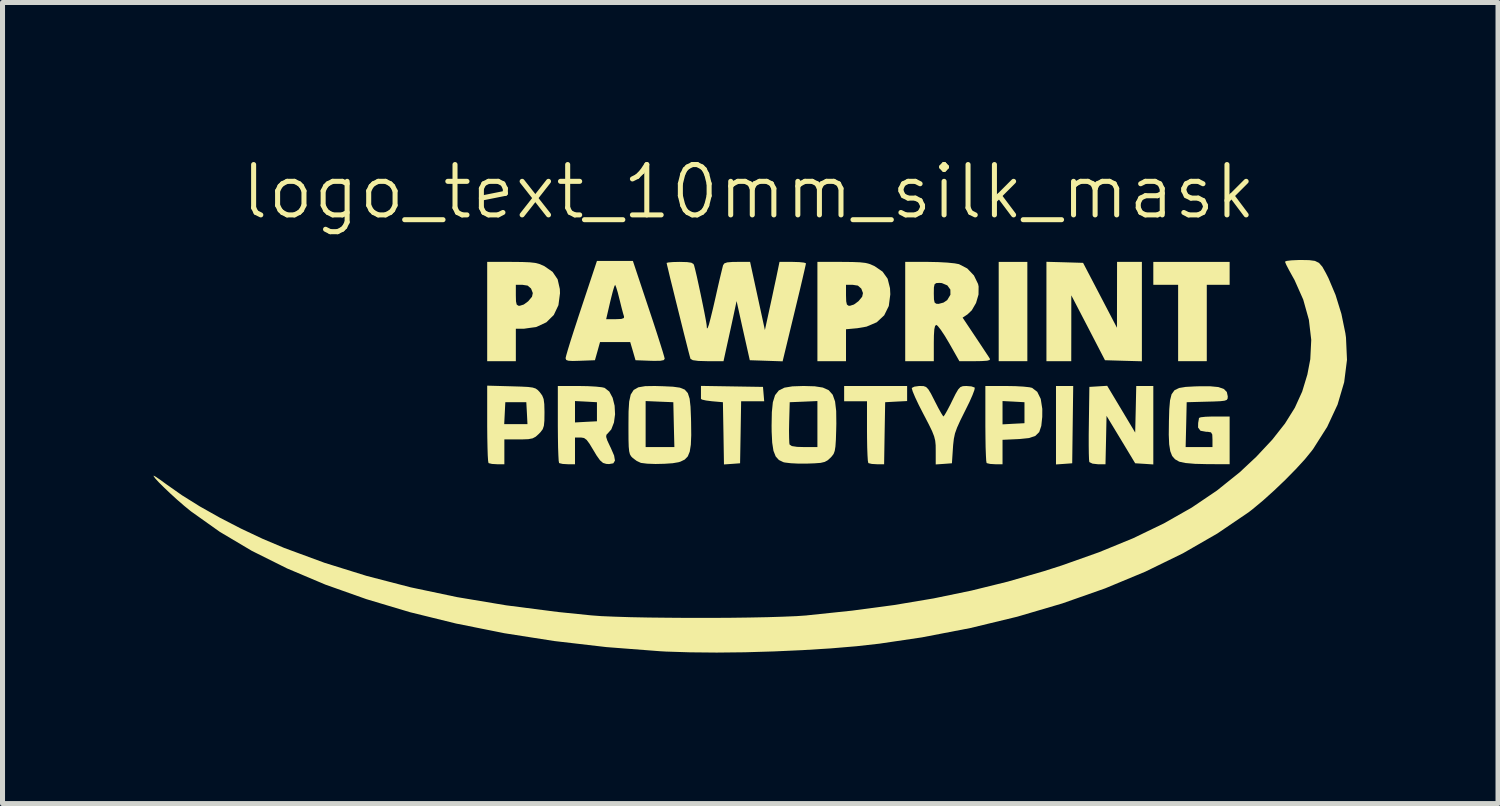
<source format=kicad_pcb>
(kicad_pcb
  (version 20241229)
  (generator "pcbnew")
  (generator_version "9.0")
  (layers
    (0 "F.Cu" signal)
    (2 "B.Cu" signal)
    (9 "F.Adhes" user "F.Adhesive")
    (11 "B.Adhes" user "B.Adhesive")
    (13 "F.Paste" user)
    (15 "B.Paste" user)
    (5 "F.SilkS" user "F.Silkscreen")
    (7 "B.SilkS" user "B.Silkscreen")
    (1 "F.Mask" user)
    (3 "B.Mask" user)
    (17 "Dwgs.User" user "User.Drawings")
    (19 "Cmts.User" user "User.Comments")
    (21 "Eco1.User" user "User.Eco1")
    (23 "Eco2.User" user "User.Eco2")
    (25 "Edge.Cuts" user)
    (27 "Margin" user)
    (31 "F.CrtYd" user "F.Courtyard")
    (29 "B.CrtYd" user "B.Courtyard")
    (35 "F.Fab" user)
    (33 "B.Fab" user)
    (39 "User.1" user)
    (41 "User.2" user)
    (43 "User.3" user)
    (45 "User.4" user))
  (footprint "logo_text_10mm_silk_mask"
    (layer "F.Cu")
    (at 11.821 5.261)
    (property "Reference" "logo_text_10mm_silk_mask" (at 0 -4.5 0) (unlocked yes) (layer "F.SilkS") (effects (font (size 1 1) (thickness 0.1))))
    (attr smd)
    (fp_poly (pts (xy -10.307 -2.031) (xy -10.265 -1.947) (xy -10.219 -1.834) (xy -10.16 -1.692) (xy -10.095 -1.563) (xy -10.05 -1.493) (xy -9.964 -1.384) (xy -10.09 -1.334) (xy -10.189 -1.284) (xy -10.258 -1.23) (xy -10.261 -1.226) (xy -10.298 -1.195) (xy -10.335 -1.218) (xy -10.371 -1.268) (xy -10.418 -1.377) (xy -10.445 -1.519) (xy -10.454 -1.674) (xy -10.445 -1.825) (xy -10.419 -1.952) (xy -10.377 -2.037) (xy -10.336 -2.062)) (stroke (width 0) (type solid)) (fill yes) (layer "F.Mask"))
    (fp_poly (pts (xy -7.267 -3.269) (xy -7.162 -3.216) (xy -7.11 -3.179) (xy -7.022 -3.096) (xy -6.93 -2.989) (xy -6.85 -2.878) (xy -6.798 -2.785) (xy -6.786 -2.743) (xy -6.815 -2.696) (xy -6.835 -2.692) (xy -6.898 -2.675) (xy -6.994 -2.635) (xy -7.024 -2.62) (xy -7.163 -2.549) (xy -7.188 -2.687) (xy -7.219 -2.796) (xy -7.274 -2.936) (xy -7.324 -3.046) (xy -7.378 -3.162) (xy -7.411 -3.249) (xy -7.416 -3.288) (xy -7.36 -3.296)) (stroke (width 0) (type solid)) (fill yes) (layer "F.Mask"))
    (fp_poly (pts (xy -9.916 -3.91) (xy -9.874 -3.826) (xy -9.859 -3.782) (xy -9.81 -3.646) (xy -9.743 -3.498) (xy -9.719 -3.451) (xy -9.666 -3.349) (xy -9.648 -3.292) (xy -9.664 -3.255) (xy -9.691 -3.233) (xy -9.761 -3.193) (xy -9.795 -3.184) (xy -9.849 -3.161) (xy -9.898 -3.124) (xy -9.951 -3.087) (xy -9.986 -3.109) (xy -10.009 -3.149) (xy -10.049 -3.262) (xy -10.071 -3.405) (xy -10.075 -3.561) (xy -10.063 -3.71) (xy -10.037 -3.835) (xy -9.997 -3.918) (xy -9.955 -3.943)) (stroke (width 0) (type solid)) (fill yes) (layer "F.Mask"))
    (fp_poly (pts (xy -8.882 -4.302) (xy -8.743 -4.232) (xy -8.633 -4.141) (xy -8.529 -4.009) (xy -8.486 -3.945) (xy -8.414 -3.826) (xy -8.384 -3.756) (xy -8.395 -3.723) (xy -8.444 -3.715) (xy -8.445 -3.715) (xy -8.524 -3.698) (xy -8.619 -3.658) (xy -8.7 -3.617) (xy -8.737 -3.605) (xy -8.759 -3.616) (xy -8.77 -3.627) (xy -8.79 -3.681) (xy -8.795 -3.737) (xy -8.812 -3.814) (xy -8.857 -3.93) (xy -8.909 -4.037) (xy -8.985 -4.189) (xy -9.019 -4.284) (xy -9.012 -4.328) (xy -8.963 -4.33)) (stroke (width 0) (type solid)) (fill yes) (layer "F.Mask"))
    (fp_poly (pts (xy -6.713 -2.511) (xy -6.585 -2.448) (xy -6.457 -2.365) (xy -6.266 -2.203) (xy -6.111 -2.01) (xy -5.995 -1.795) (xy -5.919 -1.572) (xy -5.885 -1.35) (xy -5.895 -1.142) (xy -5.951 -0.957) (xy -6.056 -0.808) (xy -6.175 -0.723) (xy -6.307 -0.666) (xy -6.417 -0.652) (xy -6.546 -0.676) (xy -6.572 -0.683) (xy -6.738 -0.772) (xy -6.868 -0.926) (xy -6.889 -0.964) (xy -6.939 -1.076) (xy -7 -1.236) (xy -7.064 -1.418) (xy -7.123 -1.598) (xy -7.167 -1.75) (xy -7.184 -1.823) (xy -7.185 -2.021) (xy -7.126 -2.22) (xy -7.014 -2.394) (xy -6.991 -2.419) (xy -6.9 -2.495) (xy -6.813 -2.526)) (stroke (width 0) (type solid)) (fill yes) (layer "F.Mask"))
    (fp_poly (pts (xy -8.157 -3.452) (xy -7.982 -3.351) (xy -7.808 -3.206) (xy -7.645 -3.021) (xy -7.498 -2.804) (xy -7.376 -2.561) (xy -7.301 -2.353) (xy -7.251 -2.085) (xy -7.261 -1.842) (xy -7.33 -1.634) (xy -7.455 -1.466) (xy -7.634 -1.347) (xy -7.647 -1.341) (xy -7.766 -1.299) (xy -7.853 -1.297) (xy -7.942 -1.333) (xy -7.942 -1.333) (xy -8.102 -1.453) (xy -8.256 -1.628) (xy -8.385 -1.835) (xy -8.385 -1.836) (xy -8.472 -2.035) (xy -8.547 -2.26) (xy -8.607 -2.497) (xy -8.651 -2.734) (xy -8.678 -2.957) (xy -8.684 -3.152) (xy -8.668 -3.306) (xy -8.628 -3.406) (xy -8.615 -3.421) (xy -8.481 -3.493) (xy -8.326 -3.501)) (stroke (width 0) (type solid)) (fill yes) (layer "F.Mask"))
    (fp_poly (pts (xy -9.457 -3.007) (xy -9.329 -2.916) (xy -9.179 -2.762) (xy -9.062 -2.622) (xy -8.951 -2.468) (xy -8.833 -2.28) (xy -8.733 -2.097) (xy -8.721 -2.073) (xy -8.589 -1.763) (xy -8.514 -1.502) (xy -8.497 -1.285) (xy -8.536 -1.112) (xy -8.634 -0.979) (xy -8.785 -0.886) (xy -8.959 -0.839) (xy -9.13 -0.855) (xy -9.278 -0.913) (xy -9.451 -1.028) (xy -9.605 -1.193) (xy -9.748 -1.42) (xy -9.811 -1.547) (xy -9.877 -1.694) (xy -9.919 -1.818) (xy -9.944 -1.95) (xy -9.958 -2.117) (xy -9.962 -2.197) (xy -9.967 -2.438) (xy -9.95 -2.62) (xy -9.91 -2.76) (xy -9.842 -2.872) (xy -9.782 -2.937) (xy -9.677 -3.014) (xy -9.571 -3.039)) (stroke (width 0) (type solid)) (fill yes) (layer "F.Mask"))
    (fp_poly (pts (xy -9.848 -1.165) (xy -9.742 -1.131) (xy -9.621 -1.061) (xy -9.53 -0.995) (xy -9.453 -0.924) (xy -9.382 -0.835) (xy -9.307 -0.714) (xy -9.217 -0.547) (xy -9.14 -0.395) (xy -9.036 -0.169) (xy -8.978 0.01) (xy -8.962 0.157) (xy -8.986 0.283) (xy -9.011 0.34) (xy -9.132 0.501) (xy -9.291 0.601) (xy -9.473 0.637) (xy -9.665 0.605) (xy -9.748 0.568) (xy -9.921 0.442) (xy -10.078 0.251) (xy -10.188 0.061) (xy -10.241 -0.059) (xy -10.275 -0.182) (xy -10.294 -0.336) (xy -10.302 -0.474) (xy -10.307 -0.647) (xy -10.302 -0.769) (xy -10.282 -0.862) (xy -10.246 -0.952) (xy -10.229 -0.986) (xy -10.171 -1.088) (xy -10.117 -1.14) (xy -10.039 -1.162) (xy -9.97 -1.167)) (stroke (width 0) (type solid)) (fill yes) (layer "F.Mask"))
    (fp_poly (pts (xy -7.767 -0.887) (xy -7.553 -0.8) (xy -7.514 -0.781) (xy -7.371 -0.719) (xy -7.181 -0.649) (xy -6.971 -0.581) (xy -6.805 -0.534) (xy -6.515 -0.45) (xy -6.288 -0.361) (xy -6.112 -0.262) (xy -5.971 -0.145) (xy -5.903 -0.068) (xy -5.804 0.108) (xy -5.771 0.298) (xy -5.8 0.484) (xy -5.889 0.65) (xy -6.034 0.782) (xy -6.079 0.808) (xy -6.214 0.856) (xy -6.406 0.895) (xy -6.569 0.915) (xy -6.901 0.959) (xy -7.179 1.032) (xy -7.424 1.14) (xy -7.655 1.293) (xy -7.858 1.466) (xy -8.015 1.594) (xy -8.181 1.696) (xy -8.335 1.762) (xy -8.437 1.781) (xy -8.515 1.765) (xy -8.626 1.722) (xy -8.681 1.696) (xy -8.827 1.608) (xy -8.922 1.51) (xy -8.977 1.384) (xy -9.001 1.212) (xy -9.004 1.085) (xy -9.004 0.773) (xy -8.765 0.358) (xy -8.657 0.161) (xy -8.552 -0.051) (xy -8.463 -0.25) (xy -8.412 -0.379) (xy -8.313 -0.618) (xy -8.208 -0.785) (xy -8.087 -0.883) (xy -7.942 -0.915)) (stroke (width 0) (type solid)) (fill yes) (layer "F.Mask"))
    (fp_poly (pts (xy 5.535 -2.123) (xy 5.535 -1.137) (xy 5.251 -1.137) (xy 4.966 -1.137) (xy 4.966 -2.123) (xy 4.966 -3.109) (xy 5.251 -3.109) (xy 5.535 -3.109)) (stroke (width 0) (type solid)) (fill yes) (layer "F.SilkS"))
    (fp_poly (pts (xy 6.436 0.123) (xy 6.426 0.891) (xy 6.265 0.903) (xy 6.104 0.914) (xy 6.104 0.135) (xy 6.104 -0.644) (xy 6.275 -0.644) (xy 6.446 -0.644)) (stroke (width 0) (type solid)) (fill yes) (layer "F.SilkS"))
    (fp_poly (pts (xy 9.553 -2.881) (xy 9.553 -2.654) (xy 9.326 -2.654) (xy 9.099 -2.654) (xy 9.099 -1.896) (xy 9.099 -1.137) (xy 8.814 -1.137) (xy 8.53 -1.137) (xy 8.53 -1.896) (xy 8.53 -2.654) (xy 8.283 -2.654) (xy 8.037 -2.654) (xy 8.037 -2.881) (xy 8.037 -3.109) (xy 8.795 -3.109) (xy 9.553 -3.109)) (stroke (width 0) (type solid)) (fill yes) (layer "F.SilkS"))
    (fp_poly (pts (xy -0.332 -0.636) (xy 0.284 -0.626) (xy 0.296 -0.483) (xy 0.308 -0.341) (xy 0.079 -0.341) (xy -0.15 -0.341) (xy -0.16 0.275) (xy -0.171 0.891) (xy -0.331 0.903) (xy -0.491 0.914) (xy -0.501 0.296) (xy -0.512 -0.322) (xy -0.73 -0.341) (xy -0.848 -0.356) (xy -0.927 -0.374) (xy -0.948 -0.389) (xy -0.948 -0.444) (xy -0.948 -0.532) (xy -0.948 -0.646)) (stroke (width 0) (type solid)) (fill yes) (layer "F.SilkS"))
    (fp_poly (pts (xy 6.278 -3.101) (xy 6.642 -3.09) (xy 6.979 -2.445) (xy 7.315 -1.801) (xy 7.316 -2.455) (xy 7.317 -3.109) (xy 7.563 -3.109) (xy 7.81 -3.109) (xy 7.81 -2.122) (xy 7.81 -1.135) (xy 7.443 -1.145) (xy 7.077 -1.156) (xy 6.743 -1.801) (xy 6.408 -2.445) (xy 6.408 -1.791) (xy 6.407 -1.137) (xy 6.16 -1.137) (xy 5.914 -1.137) (xy 5.914 -2.124) (xy 5.914 -3.111)) (stroke (width 0) (type solid)) (fill yes) (layer "F.SilkS"))
    (fp_poly (pts (xy 3.147 -0.495) (xy 3.147 -0.345) (xy 2.929 -0.334) (xy 2.711 -0.322) (xy 2.7 0.294) (xy 2.69 0.91) (xy 2.545 0.91) (xy 2.446 0.904) (xy 2.382 0.889) (xy 2.376 0.885) (xy 2.367 0.84) (xy 2.36 0.733) (xy 2.354 0.577) (xy 2.351 0.386) (xy 2.35 0.259) (xy 2.35 -0.341) (xy 2.123 -0.341) (xy 1.896 -0.341) (xy 1.896 -0.493) (xy 1.896 -0.644) (xy 2.521 -0.644) (xy 3.147 -0.644)) (stroke (width 0) (type solid)) (fill yes) (layer "F.SilkS"))
    (fp_poly (pts (xy 7.399 -0.184) (xy 7.677 0.281) (xy 7.688 -0.182) (xy 7.698 -0.644) (xy 7.868 -0.644) (xy 8.037 -0.644) (xy 8.037 0.135) (xy 8.037 0.914) (xy 7.857 0.902) (xy 7.677 0.891) (xy 7.393 0.42) (xy 7.108 -0.051) (xy 7.098 0.429) (xy 7.087 0.91) (xy 6.935 0.91) (xy 6.829 0.898) (xy 6.769 0.869) (xy 6.765 0.861) (xy 6.76 0.81) (xy 6.756 0.695) (xy 6.754 0.53) (xy 6.754 0.327) (xy 6.757 0.099) (xy 6.757 0.094) (xy 6.767 -0.626) (xy 6.944 -0.637) (xy 7.121 -0.648)) (stroke (width 0) (type solid)) (fill yes) (layer "F.SilkS"))
    (fp_poly (pts (xy 5.296 -0.641) (xy 5.456 -0.632) (xy 5.577 -0.619) (xy 5.629 -0.607) (xy 5.732 -0.528) (xy 5.801 -0.387) (xy 5.832 -0.189) (xy 5.831 -0.03) (xy 5.812 0.149) (xy 5.771 0.271) (xy 5.694 0.347) (xy 5.569 0.39) (xy 5.384 0.409) (xy 5.345 0.411) (xy 5.042 0.425) (xy 5.042 0.667) (xy 5.042 0.91) (xy 4.897 0.91) (xy 4.797 0.904) (xy 4.732 0.889) (xy 4.726 0.885) (xy 4.718 0.841) (xy 4.712 0.733) (xy 4.706 0.573) (xy 4.703 0.373) (xy 4.701 0.145) (xy 4.701 0.107) (xy 4.701 -0.114) (xy 5.042 -0.114) (xy 5.042 0.118) (xy 5.26 0.106) (xy 5.478 0.095) (xy 5.478 -0.114) (xy 5.478 -0.322) (xy 5.26 -0.334) (xy 5.042 -0.345) (xy 5.042 -0.114) (xy 4.701 -0.114) (xy 4.701 -0.644) (xy 5.115 -0.644)) (stroke (width 0) (type solid)) (fill yes) (layer "F.SilkS"))
    (fp_poly (pts (xy 2.058 -3.107) (xy 2.208 -3.101) (xy 2.317 -3.089) (xy 2.402 -3.067) (xy 2.48 -3.034) (xy 2.503 -3.023) (xy 2.66 -2.915) (xy 2.76 -2.774) (xy 2.807 -2.587) (xy 2.813 -2.465) (xy 2.783 -2.233) (xy 2.692 -2.048) (xy 2.544 -1.91) (xy 2.34 -1.823) (xy 2.16 -1.792) (xy 1.933 -1.771) (xy 1.933 -1.454) (xy 1.933 -1.137) (xy 1.649 -1.137) (xy 1.365 -1.137) (xy 1.365 -2.123) (xy 1.365 -2.445) (xy 1.933 -2.445) (xy 1.937 -2.325) (xy 1.951 -2.262) (xy 1.982 -2.239) (xy 2.011 -2.237) (xy 2.09 -2.262) (xy 2.176 -2.325) (xy 2.182 -2.33) (xy 2.254 -2.417) (xy 2.27 -2.49) (xy 2.236 -2.58) (xy 2.235 -2.58) (xy 2.169 -2.638) (xy 2.065 -2.654) (xy 1.933 -2.654) (xy 1.933 -2.445) (xy 1.365 -2.445) (xy 1.365 -3.109) (xy 1.85 -3.109)) (stroke (width 0) (type solid)) (fill yes) (layer "F.SilkS"))
    (fp_poly (pts (xy -4.5 -3.107) (xy -4.35 -3.101) (xy -4.242 -3.089) (xy -4.157 -3.067) (xy -4.078 -3.034) (xy -4.056 -3.023) (xy -3.895 -2.911) (xy -3.795 -2.763) (xy -3.751 -2.57) (xy -3.748 -2.486) (xy -3.779 -2.249) (xy -3.871 -2.055) (xy -4.019 -1.909) (xy -4.216 -1.817) (xy -4.46 -1.782) (xy -4.479 -1.782) (xy -4.625 -1.782) (xy -4.625 -1.46) (xy -4.625 -1.137) (xy -4.909 -1.137) (xy -5.194 -1.137) (xy -5.194 -2.123) (xy -5.194 -2.445) (xy -4.625 -2.445) (xy -4.622 -2.325) (xy -4.608 -2.262) (xy -4.576 -2.239) (xy -4.548 -2.237) (xy -4.468 -2.262) (xy -4.382 -2.325) (xy -4.377 -2.33) (xy -4.304 -2.417) (xy -4.288 -2.49) (xy -4.323 -2.58) (xy -4.323 -2.58) (xy -4.39 -2.638) (xy -4.494 -2.654) (xy -4.625 -2.654) (xy -4.625 -2.445) (xy -5.194 -2.445) (xy -5.194 -3.109) (xy -4.709 -3.109)) (stroke (width 0) (type solid)) (fill yes) (layer "F.SilkS"))
    (fp_poly (pts (xy -4.716 -0.638) (xy -4.519 -0.632) (xy -4.382 -0.625) (xy -4.291 -0.613) (xy -4.232 -0.594) (xy -4.19 -0.564) (xy -4.149 -0.521) (xy -4.148 -0.519) (xy -4.101 -0.455) (xy -4.073 -0.385) (xy -4.06 -0.285) (xy -4.056 -0.135) (xy -4.056 -0.109) (xy -4.058 0.046) (xy -4.068 0.146) (xy -4.091 0.214) (xy -4.134 0.272) (xy -4.167 0.306) (xy -4.23 0.363) (xy -4.292 0.396) (xy -4.377 0.412) (xy -4.506 0.417) (xy -4.565 0.417) (xy -4.853 0.417) (xy -4.853 0.663) (xy -4.853 0.91) (xy -4.998 0.91) (xy -5.098 0.904) (xy -5.162 0.889) (xy -5.168 0.885) (xy -5.176 0.841) (xy -5.183 0.733) (xy -5.188 0.573) (xy -5.192 0.373) (xy -5.194 0.144) (xy -5.194 0.114) (xy -4.856 0.114) (xy -4.625 0.114) (xy -4.394 0.114) (xy -4.405 -0.104) (xy -4.417 -0.322) (xy -4.625 -0.322) (xy -4.834 -0.322) (xy -4.845 -0.104) (xy -4.856 0.114) (xy -5.194 0.114) (xy -5.194 0.104) (xy -5.194 -0.651)) (stroke (width 0) (type solid)) (fill yes) (layer "F.SilkS"))
    (fp_poly (pts (xy -1.69 -0.639) (xy -1.503 -0.63) (xy -1.366 -0.611) (xy -1.27 -0.572) (xy -1.209 -0.503) (xy -1.173 -0.392) (xy -1.155 -0.23) (xy -1.146 -0.006) (xy -1.144 0.073) (xy -1.141 0.33) (xy -1.149 0.522) (xy -1.171 0.66) (xy -1.21 0.755) (xy -1.27 0.817) (xy -1.354 0.858) (xy -1.393 0.87) (xy -1.51 0.89) (xy -1.673 0.901) (xy -1.851 0.905) (xy -2.016 0.899) (xy -2.137 0.884) (xy -2.142 0.883) (xy -2.225 0.844) (xy -2.303 0.786) (xy -2.336 0.752) (xy -2.359 0.712) (xy -2.374 0.652) (xy -2.383 0.561) (xy -2.387 0.425) (xy -2.388 0.231) (xy -2.388 0.126) (xy -2.388 0.112) (xy -2.047 0.112) (xy -2.047 0.569) (xy -1.762 0.569) (xy -1.476 0.569) (xy -1.487 0.123) (xy -1.497 -0.322) (xy -1.772 -0.333) (xy -2.047 -0.345) (xy -2.047 0.112) (xy -2.388 0.112) (xy -2.386 -0.137) (xy -2.374 -0.334) (xy -2.343 -0.474) (xy -2.285 -0.565) (xy -2.192 -0.618) (xy -2.055 -0.641) (xy -1.865 -0.644)) (stroke (width 0) (type solid)) (fill yes) (layer "F.SilkS"))
    (fp_poly (pts (xy -1.984 -2.18) (xy -1.899 -1.925) (xy -1.823 -1.692) (xy -1.759 -1.491) (xy -1.709 -1.332) (xy -1.678 -1.226) (xy -1.668 -1.184) (xy -1.688 -1.158) (xy -1.755 -1.145) (xy -1.881 -1.143) (xy -1.958 -1.145) (xy -2.248 -1.156) (xy -2.3 -1.336) (xy -2.353 -1.516) (xy -2.653 -1.516) (xy -2.953 -1.516) (xy -3.003 -1.336) (xy -3.054 -1.156) (xy -3.347 -1.145) (xy -3.495 -1.141) (xy -3.582 -1.146) (xy -3.624 -1.161) (xy -3.636 -1.191) (xy -3.636 -1.202) (xy -3.623 -1.255) (xy -3.59 -1.37) (xy -3.539 -1.536) (xy -3.473 -1.742) (xy -3.398 -1.971) (xy -2.831 -1.971) (xy -2.644 -1.971) (xy -2.53 -1.976) (xy -2.479 -1.994) (xy -2.476 -2.024) (xy -2.494 -2.084) (xy -2.524 -2.196) (xy -2.559 -2.338) (xy -2.566 -2.365) (xy -2.6 -2.5) (xy -2.631 -2.602) (xy -2.651 -2.651) (xy -2.654 -2.653) (xy -2.67 -2.619) (xy -2.698 -2.527) (xy -2.732 -2.394) (xy -2.752 -2.312) (xy -2.831 -1.971) (xy -3.398 -1.971) (xy -3.396 -1.979) (xy -3.323 -2.199) (xy -3.014 -3.128) (xy -2.657 -3.128) (xy -2.3 -3.128)) (stroke (width 0) (type solid)) (fill yes) (layer "F.SilkS"))
    (fp_poly (pts (xy 1.312 -0.638) (xy 1.473 -0.613) (xy 1.59 -0.56) (xy 1.669 -0.47) (xy 1.716 -0.336) (xy 1.738 -0.148) (xy 1.741 0.103) (xy 1.738 0.235) (xy 1.732 0.426) (xy 1.723 0.558) (xy 1.709 0.645) (xy 1.687 0.705) (xy 1.652 0.752) (xy 1.622 0.784) (xy 1.567 0.833) (xy 1.509 0.864) (xy 1.429 0.883) (xy 1.308 0.892) (xy 1.167 0.897) (xy 0.995 0.898) (xy 0.837 0.89) (xy 0.719 0.876) (xy 0.689 0.869) (xy 0.6 0.826) (xy 0.536 0.755) (xy 0.492 0.643) (xy 0.467 0.482) (xy 0.456 0.26) (xy 0.456 0.243) (xy 0.801 0.243) (xy 0.803 0.386) (xy 0.807 0.486) (xy 0.812 0.519) (xy 0.856 0.549) (xy 0.962 0.565) (xy 1.098 0.569) (xy 1.365 0.569) (xy 1.365 0.112) (xy 1.365 -0.345) (xy 1.09 -0.333) (xy 0.815 -0.322) (xy 0.804 0.073) (xy 0.801 0.243) (xy 0.456 0.243) (xy 0.455 0.14) (xy 0.46 -0.124) (xy 0.48 -0.321) (xy 0.524 -0.462) (xy 0.598 -0.555) (xy 0.71 -0.611) (xy 0.868 -0.637) (xy 1.08 -0.644) (xy 1.099 -0.644)) (stroke (width 0) (type solid)) (fill yes) (layer "F.SilkS"))
    (fp_poly (pts (xy 4.425 -0.636) (xy 4.486 -0.614) (xy 4.491 -0.608) (xy 4.483 -0.563) (xy 4.446 -0.464) (xy 4.385 -0.326) (xy 4.305 -0.164) (xy 4.295 -0.144) (xy 4.202 0.043) (xy 4.139 0.183) (xy 4.098 0.297) (xy 4.075 0.406) (xy 4.061 0.53) (xy 4.057 0.588) (xy 4.037 0.891) (xy 3.876 0.903) (xy 3.715 0.914) (xy 3.715 0.645) (xy 3.714 0.534) (xy 3.705 0.443) (xy 3.683 0.355) (xy 3.643 0.253) (xy 3.579 0.121) (xy 3.486 -0.058) (xy 3.466 -0.096) (xy 3.378 -0.268) (xy 3.307 -0.418) (xy 3.259 -0.532) (xy 3.24 -0.597) (xy 3.241 -0.606) (xy 3.291 -0.631) (xy 3.385 -0.644) (xy 3.405 -0.644) (xy 3.474 -0.642) (xy 3.524 -0.624) (xy 3.568 -0.579) (xy 3.62 -0.493) (xy 3.692 -0.352) (xy 3.697 -0.342) (xy 3.766 -0.208) (xy 3.824 -0.104) (xy 3.861 -0.046) (xy 3.869 -0.039) (xy 3.893 -0.07) (xy 3.942 -0.155) (xy 4.006 -0.277) (xy 4.037 -0.341) (xy 4.109 -0.486) (xy 4.161 -0.575) (xy 4.205 -0.622) (xy 4.254 -0.641) (xy 4.321 -0.644) (xy 4.327 -0.644)) (stroke (width 0) (type solid)) (fill yes) (layer "F.SilkS"))
    (fp_poly (pts (xy 9.329 -0.623) (xy 9.438 -0.585) (xy 9.497 -0.525) (xy 9.516 -0.438) (xy 9.516 -0.436) (xy 9.513 -0.395) (xy 9.496 -0.368) (xy 9.452 -0.352) (xy 9.368 -0.342) (xy 9.229 -0.336) (xy 9.108 -0.333) (xy 8.7 -0.322) (xy 8.69 0.123) (xy 8.679 0.569) (xy 8.946 0.569) (xy 9.212 0.569) (xy 9.212 0.417) (xy 9.208 0.32) (xy 9.183 0.277) (xy 9.12 0.266) (xy 9.084 0.265) (xy 8.974 0.245) (xy 8.926 0.181) (xy 8.928 0.089) (xy 8.941 0.016) (xy 8.944 -0.009) (xy 8.98 -0.023) (xy 9.074 -0.033) (xy 9.208 -0.038) (xy 9.25 -0.038) (xy 9.553 -0.038) (xy 9.553 0.436) (xy 9.553 0.91) (xy 9.108 0.908) (xy 8.864 0.902) (xy 8.678 0.886) (xy 8.559 0.861) (xy 8.546 0.856) (xy 8.468 0.811) (xy 8.411 0.746) (xy 8.374 0.651) (xy 8.352 0.514) (xy 8.344 0.325) (xy 8.347 0.071) (xy 8.347 0.062) (xy 8.354 -0.181) (xy 8.369 -0.358) (xy 8.4 -0.48) (xy 8.457 -0.559) (xy 8.547 -0.604) (xy 8.68 -0.626) (xy 8.864 -0.636) (xy 8.93 -0.638) (xy 9.163 -0.639)) (stroke (width 0) (type solid)) (fill yes) (layer "F.SilkS"))
    (fp_poly (pts (xy -3.196 -0.641) (xy -3.035 -0.632) (xy -2.915 -0.619) (xy -2.863 -0.607) (xy -2.769 -0.534) (xy -2.702 -0.409) (xy -2.663 -0.252) (xy -2.654 -0.082) (xy -2.676 0.081) (xy -2.729 0.218) (xy -2.796 0.294) (xy -2.826 0.325) (xy -2.831 0.367) (xy -2.809 0.437) (xy -2.755 0.553) (xy -2.739 0.585) (xy -2.673 0.738) (xy -2.656 0.838) (xy -2.689 0.892) (xy -2.774 0.907) (xy -2.83 0.903) (xy -2.893 0.884) (xy -2.953 0.832) (xy -3.022 0.735) (xy -3.082 0.635) (xy -3.161 0.504) (xy -3.219 0.426) (xy -3.271 0.389) (xy -3.331 0.379) (xy -3.339 0.379) (xy -3.45 0.379) (xy -3.45 0.644) (xy -3.45 0.91) (xy -3.595 0.91) (xy -3.695 0.904) (xy -3.759 0.889) (xy -3.766 0.885) (xy -3.774 0.841) (xy -3.78 0.733) (xy -3.786 0.573) (xy -3.789 0.373) (xy -3.791 0.145) (xy -3.791 0.107) (xy -3.791 -0.133) (xy -3.45 -0.133) (xy -3.45 0.08) (xy -3.232 0.068) (xy -3.014 0.057) (xy -3.014 -0.133) (xy -3.014 -0.322) (xy -3.232 -0.334) (xy -3.45 -0.345) (xy -3.45 -0.133) (xy -3.791 -0.133) (xy -3.791 -0.644) (xy -3.376 -0.644)) (stroke (width 0) (type solid)) (fill yes) (layer "F.SilkS"))
    (fp_poly (pts (xy 3.764 -3.105) (xy 3.946 -3.095) (xy 4.092 -3.08) (xy 4.177 -3.064) (xy 4.341 -2.979) (xy 4.474 -2.84) (xy 4.556 -2.671) (xy 4.567 -2.621) (xy 4.565 -2.46) (xy 4.516 -2.293) (xy 4.431 -2.147) (xy 4.346 -2.066) (xy 4.249 -2.002) (xy 4.506 -1.617) (xy 4.608 -1.464) (xy 4.695 -1.332) (xy 4.76 -1.234) (xy 4.791 -1.185) (xy 4.791 -1.185) (xy 4.788 -1.161) (xy 4.736 -1.146) (xy 4.626 -1.139) (xy 4.502 -1.137) (xy 4.185 -1.137) (xy 3.981 -1.497) (xy 3.893 -1.644) (xy 3.815 -1.761) (xy 3.755 -1.837) (xy 3.727 -1.858) (xy 3.702 -1.837) (xy 3.687 -1.77) (xy 3.679 -1.644) (xy 3.677 -1.497) (xy 3.677 -1.137) (xy 3.393 -1.137) (xy 3.109 -1.137) (xy 3.109 -2.123) (xy 3.109 -2.483) (xy 3.677 -2.483) (xy 3.68 -2.364) (xy 3.693 -2.302) (xy 3.725 -2.278) (xy 3.772 -2.275) (xy 3.87 -2.301) (xy 3.943 -2.35) (xy 4.007 -2.456) (xy 4.006 -2.559) (xy 3.946 -2.642) (xy 3.837 -2.688) (xy 3.788 -2.692) (xy 3.725 -2.688) (xy 3.692 -2.664) (xy 3.679 -2.602) (xy 3.677 -2.483) (xy 3.109 -2.483) (xy 3.109 -3.109) (xy 3.569 -3.109)) (stroke (width 0) (type solid)) (fill yes) (layer "F.SilkS"))
    (fp_poly (pts (xy 0.175 -2.432) (xy 0.322 -1.755) (xy 0.422 -2.214) (xy 0.466 -2.416) (xy 0.508 -2.614) (xy 0.545 -2.785) (xy 0.567 -2.891) (xy 0.612 -3.109) (xy 0.875 -3.109) (xy 1.005 -3.105) (xy 1.099 -3.095) (xy 1.138 -3.081) (xy 1.138 -3.08) (xy 1.129 -3.037) (xy 1.105 -2.93) (xy 1.068 -2.77) (xy 1.02 -2.566) (xy 0.963 -2.329) (xy 0.906 -2.093) (xy 0.674 -1.134) (xy 0.348 -1.145) (xy 0.022 -1.156) (xy -0.042 -1.441) (xy -0.084 -1.628) (xy -0.132 -1.842) (xy -0.173 -2.028) (xy -0.24 -2.331) (xy -0.309 -2.009) (xy -0.351 -1.815) (xy -0.397 -1.606) (xy -0.437 -1.425) (xy -0.44 -1.412) (xy -0.5 -1.137) (xy -0.82 -1.137) (xy -1 -1.142) (xy -1.11 -1.157) (xy -1.155 -1.182) (xy -1.156 -1.185) (xy -1.17 -1.234) (xy -1.199 -1.344) (xy -1.239 -1.502) (xy -1.288 -1.695) (xy -1.342 -1.912) (xy -1.399 -2.141) (xy -1.456 -2.37) (xy -1.509 -2.586) (xy -1.557 -2.778) (xy -1.594 -2.934) (xy -1.62 -3.041) (xy -1.63 -3.088) (xy -1.63 -3.089) (xy -1.595 -3.098) (xy -1.504 -3.106) (xy -1.376 -3.109) (xy -1.367 -3.109) (xy -1.224 -3.105) (xy -1.14 -3.093) (xy -1.097 -3.068) (xy -1.085 -3.042) (xy -1.063 -2.958) (xy -1.031 -2.823) (xy -0.994 -2.653) (xy -0.954 -2.467) (xy -0.915 -2.278) (xy -0.88 -2.105) (xy -0.853 -1.963) (xy -0.837 -1.869) (xy -0.834 -1.842) (xy -0.83 -1.789) (xy -0.816 -1.794) (xy -0.791 -1.86) (xy -0.756 -1.993) (xy -0.707 -2.193) (xy -0.661 -2.393) (xy -0.615 -2.598) (xy -0.573 -2.78) (xy -0.538 -2.925) (xy -0.515 -3.018) (xy -0.509 -3.042) (xy -0.484 -3.079) (xy -0.428 -3.099) (xy -0.323 -3.108) (xy -0.23 -3.109) (xy 0.028 -3.109)) (stroke (width 0) (type solid)) (fill yes) (layer "F.SilkS"))
    (fp_poly (pts (xy 11.133 -3.144) (xy 11.247 -3.129) (xy 11.328 -3.089) (xy 11.395 -3.012) (xy 11.466 -2.885) (xy 11.516 -2.786) (xy 11.657 -2.452) (xy 11.773 -2.076) (xy 11.852 -1.692) (xy 11.864 -1.607) (xy 11.884 -1.164) (xy 11.828 -0.719) (xy 11.697 -0.275) (xy 11.491 0.167) (xy 11.213 0.605) (xy 11.183 0.645) (xy 11.049 0.81) (xy 10.87 1.005) (xy 10.662 1.217) (xy 10.439 1.43) (xy 10.218 1.629) (xy 10.014 1.799) (xy 9.933 1.862) (xy 9.312 2.284) (xy 8.626 2.679) (xy 7.88 3.043) (xy 7.079 3.376) (xy 6.229 3.675) (xy 5.336 3.938) (xy 4.405 4.163) (xy 3.441 4.349) (xy 2.597 4.474) (xy 2.141 4.525) (xy 1.629 4.568) (xy 1.077 4.602) (xy 0.503 4.628) (xy -0.073 4.645) (xy -0.635 4.651) (xy -1.164 4.646) (xy -1.642 4.631) (xy -1.763 4.624) (xy -2.827 4.542) (xy -3.859 4.422) (xy -4.856 4.266) (xy -5.813 4.074) (xy -6.727 3.849) (xy -7.593 3.59) (xy -8.408 3.301) (xy -9.168 2.98) (xy -9.868 2.631) (xy -10.505 2.253) (xy -11.075 1.848) (xy -11.089 1.837) (xy -11.215 1.734) (xy -11.351 1.616) (xy -11.487 1.492) (xy -11.612 1.373) (xy -11.717 1.269) (xy -11.79 1.189) (xy -11.821 1.144) (xy -11.818 1.137) (xy -11.777 1.159) (xy -11.693 1.216) (xy -11.582 1.297) (xy -11.554 1.317) (xy -11.257 1.526) (xy -10.903 1.747) (xy -10.507 1.97) (xy -10.087 2.187) (xy -9.657 2.39) (xy -9.234 2.569) (xy -9.227 2.572) (xy -8.424 2.868) (xy -7.589 3.128) (xy -6.714 3.355) (xy -5.794 3.549) (xy -4.82 3.712) (xy -3.786 3.845) (xy -3.128 3.912) (xy -2.927 3.927) (xy -2.662 3.938) (xy -2.345 3.948) (xy -1.986 3.955) (xy -1.599 3.959) (xy -1.194 3.962) (xy -0.783 3.962) (xy -0.378 3.96) (xy 0.01 3.955) (xy 0.368 3.948) (xy 0.686 3.938) (xy 0.952 3.927) (xy 1.154 3.913) (xy 1.156 3.912) (xy 2.053 3.818) (xy 2.887 3.707) (xy 3.673 3.575) (xy 4.423 3.42) (xy 5.149 3.241) (xy 5.864 3.034) (xy 6.217 2.921) (xy 6.961 2.657) (xy 7.636 2.38) (xy 8.247 2.085) (xy 8.8 1.771) (xy 9.3 1.433) (xy 9.754 1.069) (xy 10.084 0.76) (xy 10.4 0.422) (xy 10.652 0.102) (xy 10.848 -0.212) (xy 10.994 -0.533) (xy 11.097 -0.872) (xy 11.155 -1.176) (xy 11.174 -1.56) (xy 11.127 -1.959) (xy 11.015 -2.36) (xy 10.842 -2.749) (xy 10.802 -2.82) (xy 10.732 -2.947) (xy 10.679 -3.049) (xy 10.654 -3.108) (xy 10.653 -3.114) (xy 10.688 -3.129) (xy 10.781 -3.14) (xy 10.915 -3.146) (xy 10.969 -3.147)) (stroke (width 0) (type solid)) (fill yes) (layer "F.SilkS")))
  (gr_rect
    (start -3 -3)
    (end 26.705 12.911)
    (stroke (width 0.1) (type default))
    (fill no)
    (layer "Edge.Cuts")))
</source>
